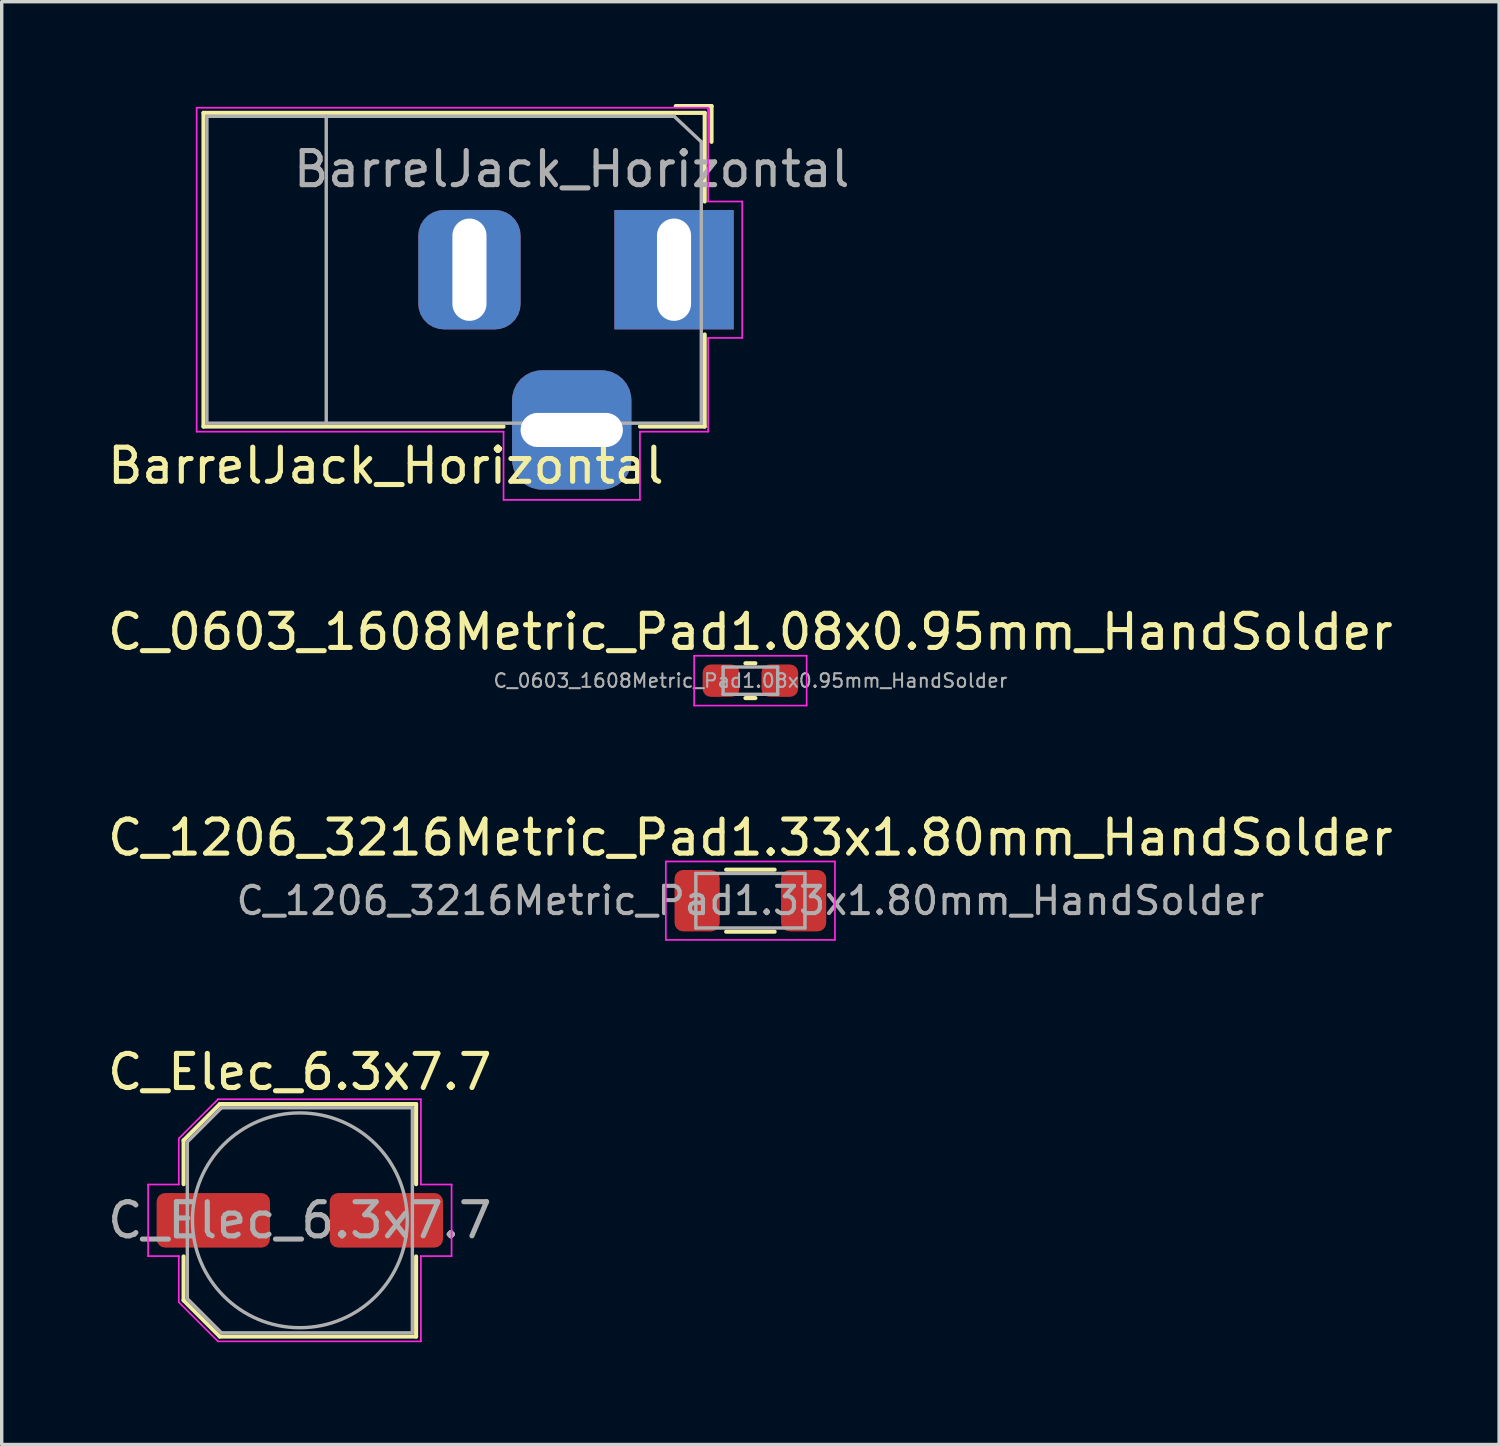
<source format=kicad_pcb>
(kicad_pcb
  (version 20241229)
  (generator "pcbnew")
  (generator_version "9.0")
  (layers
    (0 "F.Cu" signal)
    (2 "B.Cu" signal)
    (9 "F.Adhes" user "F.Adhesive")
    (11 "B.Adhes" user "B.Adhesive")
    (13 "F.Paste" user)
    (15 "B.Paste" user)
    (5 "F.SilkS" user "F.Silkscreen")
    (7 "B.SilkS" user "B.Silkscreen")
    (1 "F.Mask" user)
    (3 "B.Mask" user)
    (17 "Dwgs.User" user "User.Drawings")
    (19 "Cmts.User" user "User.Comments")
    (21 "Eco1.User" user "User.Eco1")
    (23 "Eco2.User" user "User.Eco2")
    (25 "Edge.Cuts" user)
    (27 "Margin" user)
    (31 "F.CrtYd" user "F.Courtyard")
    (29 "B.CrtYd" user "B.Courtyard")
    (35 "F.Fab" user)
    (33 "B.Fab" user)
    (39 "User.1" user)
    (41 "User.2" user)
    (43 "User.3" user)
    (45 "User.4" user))
  (footprint "BarrelJack_Horizontal"
    (layer "F.Cu")
    (at 16.718 4.86)
    (property "Reference" "BarrelJack_Horizontal" (at -8.45 5.75 0) (layer "F.SilkS") (effects (font (size 1 1) (thickness 0.15))))
    (attr through_hole)
    (fp_line (start -13.8 -4.6) (end 0.9 -4.6) (stroke (width 0.12) (type solid)) (layer "F.SilkS"))
    (fp_line (start -13.8 4.6) (end -13.8 -4.6) (stroke (width 0.12) (type solid)) (layer "F.SilkS"))
    (fp_line (start -5 4.6) (end -13.8 4.6) (stroke (width 0.12) (type solid)) (layer "F.SilkS"))
    (fp_line (start 0.05 -4.8) (end 1.1 -4.8) (stroke (width 0.12) (type solid)) (layer "F.SilkS"))
    (fp_line (start 0.9 -4.6) (end 0.9 -2) (stroke (width 0.12) (type solid)) (layer "F.SilkS"))
    (fp_line (start 0.9 1.9) (end 0.9 4.6) (stroke (width 0.12) (type solid)) (layer "F.SilkS"))
    (fp_line (start 0.9 4.6) (end -1 4.6) (stroke (width 0.12) (type solid)) (layer "F.SilkS"))
    (fp_line (start 1.1 -3.75) (end 1.1 -4.8) (stroke (width 0.12) (type solid)) (layer "F.SilkS"))
    (fp_line (start -14 4.75) (end -14 -4.75) (stroke (width 0.05) (type solid)) (layer "F.CrtYd"))
    (fp_line (start -5 4.75) (end -14 4.75) (stroke (width 0.05) (type solid)) (layer "F.CrtYd"))
    (fp_line (start -5 6.75) (end -5 4.75) (stroke (width 0.05) (type solid)) (layer "F.CrtYd"))
    (fp_line (start -1 4.75) (end -1 6.75) (stroke (width 0.05) (type solid)) (layer "F.CrtYd"))
    (fp_line (start -1 6.75) (end -5 6.75) (stroke (width 0.05) (type solid)) (layer "F.CrtYd"))
    (fp_line (start 1 -4.75) (end -14 -4.75) (stroke (width 0.05) (type solid)) (layer "F.CrtYd"))
    (fp_line (start 1 -4.5) (end 1 -4.75) (stroke (width 0.05) (type solid)) (layer "F.CrtYd"))
    (fp_line (start 1 -4.5) (end 1 -2) (stroke (width 0.05) (type solid)) (layer "F.CrtYd"))
    (fp_line (start 1 -2) (end 2 -2) (stroke (width 0.05) (type solid)) (layer "F.CrtYd"))
    (fp_line (start 1 2) (end 1 4.75) (stroke (width 0.05) (type solid)) (layer "F.CrtYd"))
    (fp_line (start 1 4.75) (end -1 4.75) (stroke (width 0.05) (type solid)) (layer "F.CrtYd"))
    (fp_line (start 2 -2) (end 2 2) (stroke (width 0.05) (type solid)) (layer "F.CrtYd"))
    (fp_line (start 2 2) (end 1 2) (stroke (width 0.05) (type solid)) (layer "F.CrtYd"))
    (fp_line (start -13.7 -4.5) (end -13.7 4.5) (stroke (width 0.1) (type solid)) (layer "F.Fab"))
    (fp_line (start -13.7 4.5) (end 0.8 4.5) (stroke (width 0.1) (type solid)) (layer "F.Fab"))
    (fp_line (start -10.2 -4.5) (end -10.2 4.5) (stroke (width 0.1) (type solid)) (layer "F.Fab"))
    (fp_line (start -0.003 -4.505) (end 0.8 -3.75) (stroke (width 0.1) (type solid)) (layer "F.Fab"))
    (fp_line (start 0 -4.5) (end -13.7 -4.5) (stroke (width 0.1) (type solid)) (layer "F.Fab"))
    (fp_line (start 0.8 4.5) (end 0.8 -3.75) (stroke (width 0.1) (type solid)) (layer "F.Fab"))
    (fp_text user "${REFERENCE}" (at -3 -2.95 0) (layer "F.Fab") (effects (font (size 1 1) (thickness 0.15))))
    (pad "1" thru_hole rect (at 0 0) (size 3.5 3.5) (drill oval 1 3) (layers "*.Cu" "*.Mask"))
    (pad "2" thru_hole roundrect (at -6 0) (size 3 3.5) (drill oval 1 3) (layers "*.Cu" "*.Mask") (roundrect_rratio 0.25))
    (pad "3" thru_hole roundrect (at -3 4.7) (size 3.5 3.5) (drill oval 3 1) (layers "*.Cu" "*.Mask") (roundrect_rratio 0.25)))
  (footprint "C_0603_1608Metric_Pad1.08x0.95mm_HandSolder"
    (layer "F.Cu")
    (at 18.958 16.913)
    (property "Reference" "C_0603_1608Metric_Pad1.08x0.95mm_HandSolder" (at 0 -1.43 0) (layer "F.SilkS") (effects (font (size 1 1) (thickness 0.15))))
    (attr smd)
    (fp_line (start -0.146 -0.51) (end 0.146 -0.51) (stroke (width 0.12) (type solid)) (layer "F.SilkS"))
    (fp_line (start -0.146 0.51) (end 0.146 0.51) (stroke (width 0.12) (type solid)) (layer "F.SilkS"))
    (fp_line (start -1.65 -0.73) (end 1.65 -0.73) (stroke (width 0.05) (type solid)) (layer "F.CrtYd"))
    (fp_line (start -1.65 0.73) (end -1.65 -0.73) (stroke (width 0.05) (type solid)) (layer "F.CrtYd"))
    (fp_line (start 1.65 -0.73) (end 1.65 0.73) (stroke (width 0.05) (type solid)) (layer "F.CrtYd"))
    (fp_line (start 1.65 0.73) (end -1.65 0.73) (stroke (width 0.05) (type solid)) (layer "F.CrtYd"))
    (fp_line (start -0.8 -0.4) (end 0.8 -0.4) (stroke (width 0.1) (type solid)) (layer "F.Fab"))
    (fp_line (start -0.8 0.4) (end -0.8 -0.4) (stroke (width 0.1) (type solid)) (layer "F.Fab"))
    (fp_line (start 0.8 -0.4) (end 0.8 0.4) (stroke (width 0.1) (type solid)) (layer "F.Fab"))
    (fp_line (start 0.8 0.4) (end -0.8 0.4) (stroke (width 0.1) (type solid)) (layer "F.Fab"))
    (fp_text user "${REFERENCE}" (at 0 0 0) (layer "F.Fab") (effects (font (size 0.4 0.4) (thickness 0.06))))
    (pad "1" smd roundrect (at -0.863 0) (size 1.075 0.95) (layers "F.Cu" "F.Mask" "F.Paste") (roundrect_rratio 0.25))
    (pad "2" smd roundrect (at 0.863 0) (size 1.075 0.95) (layers "F.Cu" "F.Mask" "F.Paste") (roundrect_rratio 0.25)))
  (footprint "C_1206_3216Metric_Pad1.33x1.80mm_HandSolder"
    (layer "F.Cu")
    (at 18.958 23.366)
    (property "Reference" "C_1206_3216Metric_Pad1.33x1.80mm_HandSolder" (at 0 -1.85 0) (layer "F.SilkS") (effects (font (size 1 1) (thickness 0.15))))
    (attr smd)
    (fp_line (start -0.711 -0.91) (end 0.711 -0.91) (stroke (width 0.12) (type solid)) (layer "F.SilkS"))
    (fp_line (start -0.711 0.91) (end 0.711 0.91) (stroke (width 0.12) (type solid)) (layer "F.SilkS"))
    (fp_line (start -2.48 -1.15) (end 2.48 -1.15) (stroke (width 0.05) (type solid)) (layer "F.CrtYd"))
    (fp_line (start -2.48 1.15) (end -2.48 -1.15) (stroke (width 0.05) (type solid)) (layer "F.CrtYd"))
    (fp_line (start 2.48 -1.15) (end 2.48 1.15) (stroke (width 0.05) (type solid)) (layer "F.CrtYd"))
    (fp_line (start 2.48 1.15) (end -2.48 1.15) (stroke (width 0.05) (type solid)) (layer "F.CrtYd"))
    (fp_line (start -1.6 -0.8) (end 1.6 -0.8) (stroke (width 0.1) (type solid)) (layer "F.Fab"))
    (fp_line (start -1.6 0.8) (end -1.6 -0.8) (stroke (width 0.1) (type solid)) (layer "F.Fab"))
    (fp_line (start 1.6 -0.8) (end 1.6 0.8) (stroke (width 0.1) (type solid)) (layer "F.Fab"))
    (fp_line (start 1.6 0.8) (end -1.6 0.8) (stroke (width 0.1) (type solid)) (layer "F.Fab"))
    (fp_text user "${REFERENCE}" (at 0 0 0) (layer "F.Fab") (effects (font (size 0.8 0.8) (thickness 0.12))))
    (pad "1" smd roundrect (at -1.562 0) (size 1.325 1.8) (layers "F.Cu" "F.Mask" "F.Paste") (roundrect_rratio 0.189))
    (pad "2" smd roundrect (at 1.562 0) (size 1.325 1.8) (layers "F.Cu" "F.Mask" "F.Paste") (roundrect_rratio 0.189)))
  (footprint "C_Elec_6.3x7.7"
    (layer "F.Cu")
    (at 5.744 32.74)
    (property "Reference" "C_Elec_6.3x7.7" (at 0 -4.35 0) (layer "F.SilkS") (effects (font (size 1 1) (thickness 0.15))))
    (attr smd)
    (fp_line (start -3.41 -2.346) (end -3.41 -1.06) (stroke (width 0.12) (type solid)) (layer "F.SilkS"))
    (fp_line (start -3.41 -2.346) (end -2.346 -3.41) (stroke (width 0.12) (type solid)) (layer "F.SilkS"))
    (fp_line (start -3.41 2.346) (end -3.41 1.06) (stroke (width 0.12) (type solid)) (layer "F.SilkS"))
    (fp_line (start -3.41 2.346) (end -2.346 3.41) (stroke (width 0.12) (type solid)) (layer "F.SilkS"))
    (fp_line (start -2.346 -3.41) (end 3.41 -3.41) (stroke (width 0.12) (type solid)) (layer "F.SilkS"))
    (fp_line (start -2.346 3.41) (end 3.41 3.41) (stroke (width 0.12) (type solid)) (layer "F.SilkS"))
    (fp_line (start 3.41 -3.41) (end 3.41 -1.06) (stroke (width 0.12) (type solid)) (layer "F.SilkS"))
    (fp_line (start 3.41 3.41) (end 3.41 1.06) (stroke (width 0.12) (type solid)) (layer "F.SilkS"))
    (fp_line (start -4.45 -1.05) (end -4.45 1.05) (stroke (width 0.05) (type solid)) (layer "F.CrtYd"))
    (fp_line (start -4.45 1.05) (end -3.55 1.05) (stroke (width 0.05) (type solid)) (layer "F.CrtYd"))
    (fp_line (start -3.55 -2.4) (end -3.55 -1.05) (stroke (width 0.05) (type solid)) (layer "F.CrtYd"))
    (fp_line (start -3.55 -2.4) (end -2.4 -3.55) (stroke (width 0.05) (type solid)) (layer "F.CrtYd"))
    (fp_line (start -3.55 -1.05) (end -4.45 -1.05) (stroke (width 0.05) (type solid)) (layer "F.CrtYd"))
    (fp_line (start -3.55 1.05) (end -3.55 2.4) (stroke (width 0.05) (type solid)) (layer "F.CrtYd"))
    (fp_line (start -3.55 2.4) (end -2.4 3.55) (stroke (width 0.05) (type solid)) (layer "F.CrtYd"))
    (fp_line (start -2.4 -3.55) (end 3.55 -3.55) (stroke (width 0.05) (type solid)) (layer "F.CrtYd"))
    (fp_line (start -2.4 3.55) (end 3.55 3.55) (stroke (width 0.05) (type solid)) (layer "F.CrtYd"))
    (fp_line (start 3.55 -3.55) (end 3.55 -1.05) (stroke (width 0.05) (type solid)) (layer "F.CrtYd"))
    (fp_line (start 3.55 -1.05) (end 4.45 -1.05) (stroke (width 0.05) (type solid)) (layer "F.CrtYd"))
    (fp_line (start 3.55 1.05) (end 3.55 3.55) (stroke (width 0.05) (type solid)) (layer "F.CrtYd"))
    (fp_line (start 4.45 -1.05) (end 4.45 1.05) (stroke (width 0.05) (type solid)) (layer "F.CrtYd"))
    (fp_line (start 4.45 1.05) (end 3.55 1.05) (stroke (width 0.05) (type solid)) (layer "F.CrtYd"))
    (fp_line (start -3.3 -2.3) (end -3.3 2.3) (stroke (width 0.1) (type solid)) (layer "F.Fab"))
    (fp_line (start -3.3 -2.3) (end -2.3 -3.3) (stroke (width 0.1) (type solid)) (layer "F.Fab"))
    (fp_line (start -3.3 2.3) (end -2.3 3.3) (stroke (width 0.1) (type solid)) (layer "F.Fab"))
    (fp_line (start -2.3 -3.3) (end 3.3 -3.3) (stroke (width 0.1) (type solid)) (layer "F.Fab"))
    (fp_line (start -2.3 3.3) (end 3.3 3.3) (stroke (width 0.1) (type solid)) (layer "F.Fab"))
    (fp_line (start 3.3 -3.3) (end 3.3 3.3) (stroke (width 0.1) (type solid)) (layer "F.Fab"))
    (fp_circle (center 0 0) (end 3.15 0) (stroke (width 0.1) (type solid)) (fill no) (layer "F.Fab"))
    (fp_text user "${REFERENCE}" (at 0 0 0) (layer "F.Fab") (effects (font (size 1 1) (thickness 0.15))))
    (pad "1" smd roundrect (at -2.538 0) (size 3.325 1.6) (layers "F.Cu" "F.Mask" "F.Paste") (roundrect_rratio 0.156))
    (pad "2" smd roundrect (at 2.538 0) (size 3.325 1.6) (layers "F.Cu" "F.Mask" "F.Paste") (roundrect_rratio 0.156)))
  (gr_rect
    (start -3 -3)
    (end 40.917 39.315)
    (stroke (width 0.1) (type default))
    (fill no)
    (layer "Edge.Cuts")))
</source>
